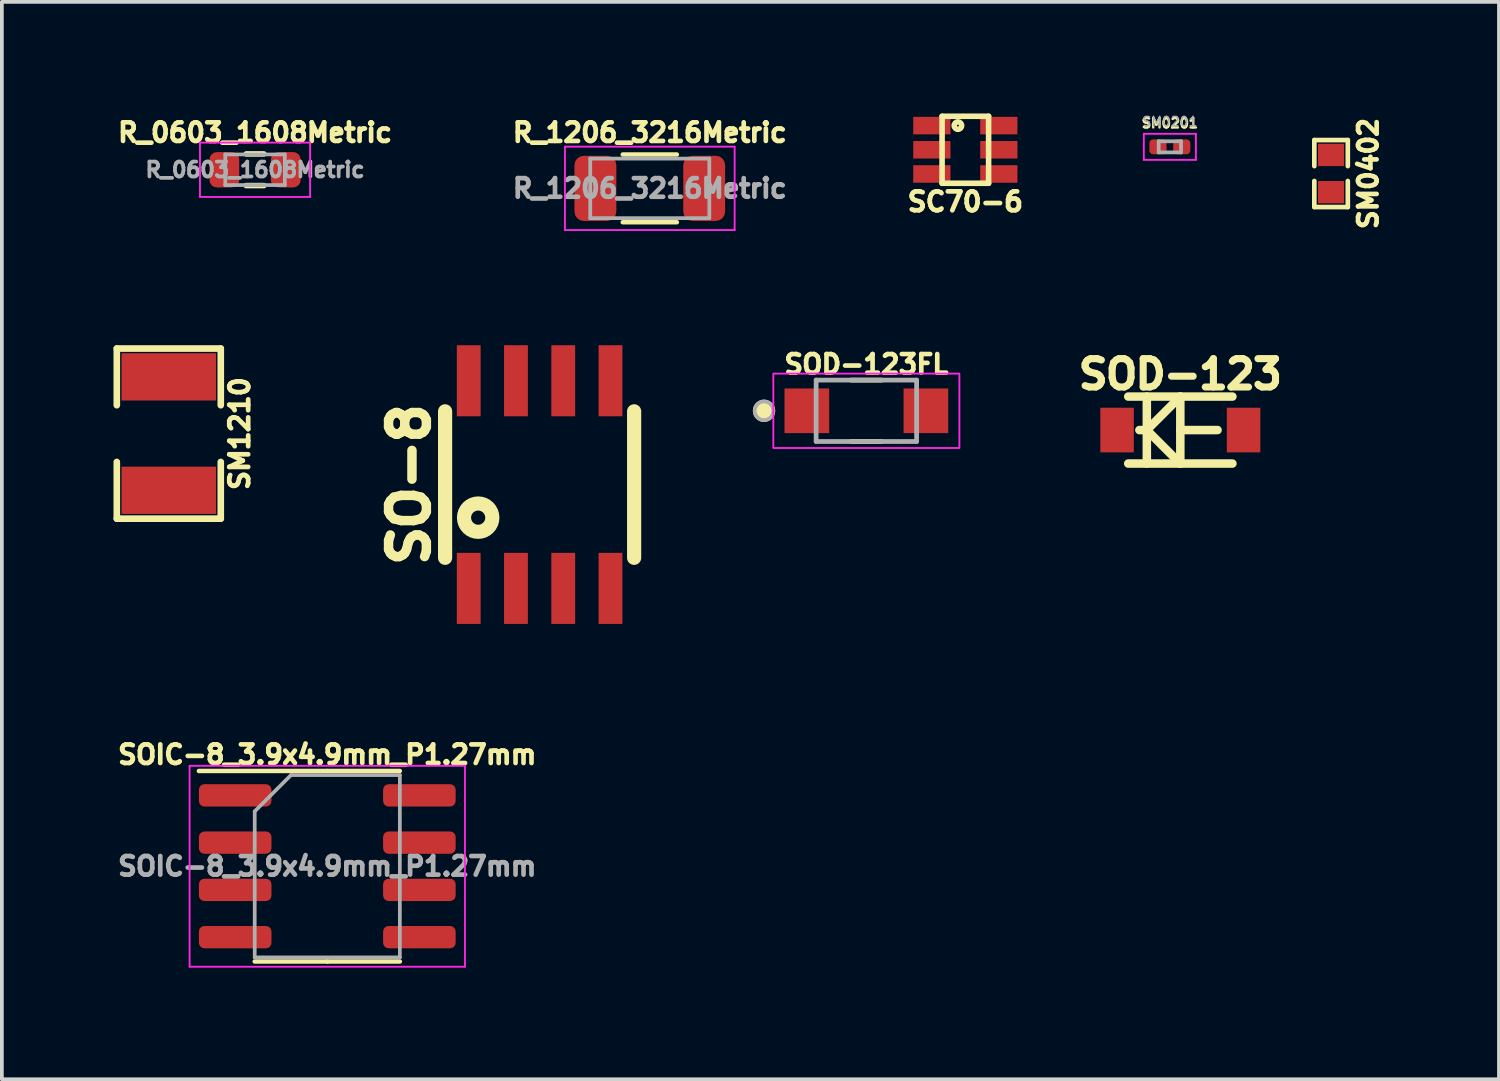
<source format=kicad_pcb>
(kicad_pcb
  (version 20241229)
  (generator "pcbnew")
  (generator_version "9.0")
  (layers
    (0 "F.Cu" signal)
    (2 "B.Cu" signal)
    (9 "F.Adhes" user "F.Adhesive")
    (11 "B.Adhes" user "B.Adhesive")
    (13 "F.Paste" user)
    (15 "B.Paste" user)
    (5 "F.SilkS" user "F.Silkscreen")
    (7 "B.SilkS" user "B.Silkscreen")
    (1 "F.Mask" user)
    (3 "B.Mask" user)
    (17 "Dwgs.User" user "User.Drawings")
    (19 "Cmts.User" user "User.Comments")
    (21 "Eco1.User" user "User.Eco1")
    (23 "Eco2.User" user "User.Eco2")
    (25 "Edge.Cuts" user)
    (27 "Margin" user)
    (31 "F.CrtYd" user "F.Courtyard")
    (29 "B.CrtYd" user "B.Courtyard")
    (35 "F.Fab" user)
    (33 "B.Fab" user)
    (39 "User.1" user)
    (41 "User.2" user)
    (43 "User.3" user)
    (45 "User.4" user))
  (footprint "SM0201"
    (layer "F.Cu")
    (at 28.388 0.896)
    (property "Reference" "SM0201" (at 0 -0.635 0) (layer "F.SilkS") (effects (font (size 0.254 0.254) (thickness 0.064))))
    (attr smd)
    (fp_line (start -0.7 -0.35) (end 0.7 -0.35) (stroke (width 0.05) (type solid)) (layer "F.CrtYd"))
    (fp_line (start -0.7 0.35) (end -0.7 -0.35) (stroke (width 0.05) (type solid)) (layer "F.CrtYd"))
    (fp_line (start 0.7 -0.35) (end 0.7 0.35) (stroke (width 0.05) (type solid)) (layer "F.CrtYd"))
    (fp_line (start 0.7 0.35) (end -0.7 0.35) (stroke (width 0.05) (type solid)) (layer "F.CrtYd"))
    (fp_line (start -0.3 -0.15) (end 0.3 -0.15) (stroke (width 0.1) (type solid)) (layer "F.Fab"))
    (fp_line (start -0.3 0.15) (end -0.3 -0.15) (stroke (width 0.1) (type solid)) (layer "F.Fab"))
    (fp_line (start 0.3 -0.15) (end 0.3 0.15) (stroke (width 0.1) (type solid)) (layer "F.Fab"))
    (fp_line (start 0.3 0.15) (end -0.3 0.15) (stroke (width 0.1) (type solid)) (layer "F.Fab"))
    (fp_text user "${REFERENCE}" (at 0 -0.68 0) (layer "F.Fab") (effects (font (size 0.25 0.25) (thickness 0.04))))
    (pad "" smd roundrect (at -0.345 0) (size 0.318 0.36) (layers "F.Paste") (roundrect_rratio 0.25))
    (pad "" smd roundrect (at 0.345 0) (size 0.318 0.36) (layers "F.Paste") (roundrect_rratio 0.25))
    (pad "1" smd roundrect (at -0.32 0) (size 0.46 0.4) (layers "F.Cu" "F.Mask") (roundrect_rratio 0.25))
    (pad "2" smd roundrect (at 0.32 0) (size 0.46 0.4) (layers "F.Cu" "F.Mask") (roundrect_rratio 0.25)))
  (footprint "SOD-123FL"
    (layer "F.Cu")
    (at 20.232 7.989)
    (property "Reference" "SOD-123FL" (at 0 -1.25 0) (layer "F.SilkS") (effects (font (size 0.5 0.5) (thickness 0.125) (bold yes))))
    (attr smd)
    (fp_line (start -0.41 -0.825) (end 0.41 -0.825) (stroke (width 0.127) (type solid)) (layer "F.SilkS"))
    (fp_line (start -0.41 0.825) (end 0.41 0.825) (stroke (width 0.127) (type solid)) (layer "F.SilkS"))
    (fp_circle (center -2.75 0) (end -2.5 0) (stroke (width 0.1) (type solid)) (fill yes) (layer "F.SilkS"))
    (fp_rect (start -2.5 -1) (end 2.5 1) (stroke (width 0.05) (type default)) (fill no) (layer "F.CrtYd"))
    (fp_line (start -1.35 -0.825) (end -1.35 0.825) (stroke (width 0.127) (type solid)) (layer "F.Fab"))
    (fp_line (start -1.35 -0.825) (end 1.35 -0.825) (stroke (width 0.127) (type solid)) (layer "F.Fab"))
    (fp_line (start -1.35 0.825) (end 1.35 0.825) (stroke (width 0.127) (type solid)) (layer "F.Fab"))
    (fp_line (start 1.35 -0.825) (end 1.35 0.825) (stroke (width 0.127) (type solid)) (layer "F.Fab"))
    (fp_circle (center -2.75 0) (end -2.5 0) (stroke (width 0.1) (type solid)) (fill no) (layer "F.Fab"))
    (pad "1" smd rect (at -1.6 0) (size 1.2 1.2) (layers "F.Cu" "F.Mask" "F.Paste"))
    (pad "2" smd rect (at 1.6 0) (size 1.2 1.2) (layers "F.Cu" "F.Mask" "F.Paste")))
  (footprint "R_0603_1608Metric"
    (layer "F.Cu")
    (at 3.804 1.512)
    (property "Reference" "R_0603_1608Metric" (at 0 -1 0) (layer "F.SilkS") (effects (font (size 0.5 0.5) (thickness 0.125) (bold yes))))
    (attr smd)
    (fp_line (start -0.237 -0.425) (end 0.237 -0.425) (stroke (width 0.15) (type solid)) (layer "F.SilkS"))
    (fp_line (start -0.237 0.425) (end 0.237 0.425) (stroke (width 0.15) (type solid)) (layer "F.SilkS"))
    (fp_line (start -1.48 -0.73) (end 1.48 -0.73) (stroke (width 0.05) (type solid)) (layer "F.CrtYd"))
    (fp_line (start -1.48 0.73) (end -1.48 -0.73) (stroke (width 0.05) (type solid)) (layer "F.CrtYd"))
    (fp_line (start 1.48 -0.73) (end 1.48 0.73) (stroke (width 0.05) (type solid)) (layer "F.CrtYd"))
    (fp_line (start 1.48 0.73) (end -1.48 0.73) (stroke (width 0.05) (type solid)) (layer "F.CrtYd"))
    (fp_line (start -0.8 -0.412) (end 0.8 -0.412) (stroke (width 0.1) (type solid)) (layer "F.Fab"))
    (fp_line (start -0.8 0.412) (end -0.8 -0.412) (stroke (width 0.1) (type solid)) (layer "F.Fab"))
    (fp_line (start 0.8 -0.412) (end 0.8 0.412) (stroke (width 0.1) (type solid)) (layer "F.Fab"))
    (fp_line (start 0.8 0.412) (end -0.8 0.412) (stroke (width 0.1) (type solid)) (layer "F.Fab"))
    (fp_text user "${REFERENCE}" (at 0 0 0) (layer "F.Fab") (effects (font (size 0.4 0.4) (thickness 0.1) (bold yes))))
    (pad "1" smd roundrect (at -0.825 0) (size 0.8 0.95) (layers "F.Cu" "F.Mask" "F.Paste") (roundrect_rratio 0.25))
    (pad "2" smd roundrect (at 0.825 0) (size 0.8 0.95) (layers "F.Cu" "F.Mask" "F.Paste") (roundrect_rratio 0.25)))
  (footprint "SM0402"
    (layer "F.Cu")
    (at 32.72 1.614)
    (property "Reference" "SM0402" (at 1 0 90) (layer "F.SilkS") (effects (font (size 0.5 0.5) (thickness 0.125))))
    (attr smd)
    (fp_line (start -0.45 -0.9) (end 0.45 -0.9) (stroke (width 0.125) (type solid)) (layer "F.SilkS"))
    (fp_line (start -0.45 -0.2) (end -0.45 -0.9) (stroke (width 0.125) (type solid)) (layer "F.SilkS"))
    (fp_line (start -0.45 0.2) (end -0.45 0.9) (stroke (width 0.125) (type solid)) (layer "F.SilkS"))
    (fp_line (start -0.45 0.9) (end 0.45 0.9) (stroke (width 0.125) (type solid)) (layer "F.SilkS"))
    (fp_line (start 0.45 -0.9) (end 0.45 -0.2) (stroke (width 0.125) (type solid)) (layer "F.SilkS"))
    (fp_line (start 0.45 0.9) (end 0.45 0.2) (stroke (width 0.125) (type solid)) (layer "F.SilkS"))
    (pad "1" smd rect (at 0 -0.5 270) (size 0.6 0.7) (layers "F.Cu" "F.Mask" "F.Paste"))
    (pad "2" smd rect (at 0 0.5 270) (size 0.6 0.7) (layers "F.Cu" "F.Mask" "F.Paste")))
  (footprint "SOIC-8_3.9x4.9mm_P1.27mm"
    (layer "F.Cu")
    (at 5.745 20.229)
    (property "Reference" "SOIC-8_3.9x4.9mm_P1.27mm" (at 0 -3 0) (layer "F.SilkS") (effects (font (size 0.5 0.5) (thickness 0.125) (bold yes))))
    (attr smd)
    (fp_line (start 0 -2.56) (end -3.45 -2.56) (stroke (width 0.12) (type solid)) (layer "F.SilkS"))
    (fp_line (start 0 -2.56) (end 1.95 -2.56) (stroke (width 0.12) (type solid)) (layer "F.SilkS"))
    (fp_line (start 0 2.56) (end -1.95 2.56) (stroke (width 0.12) (type solid)) (layer "F.SilkS"))
    (fp_line (start 0 2.56) (end 1.95 2.56) (stroke (width 0.12) (type solid)) (layer "F.SilkS"))
    (fp_line (start -3.7 -2.7) (end -3.7 2.7) (stroke (width 0.05) (type solid)) (layer "F.CrtYd"))
    (fp_line (start -3.7 2.7) (end 3.7 2.7) (stroke (width 0.05) (type solid)) (layer "F.CrtYd"))
    (fp_line (start 3.7 -2.7) (end -3.7 -2.7) (stroke (width 0.05) (type solid)) (layer "F.CrtYd"))
    (fp_line (start 3.7 2.7) (end 3.7 -2.7) (stroke (width 0.05) (type solid)) (layer "F.CrtYd"))
    (fp_line (start -1.95 -1.475) (end -0.975 -2.45) (stroke (width 0.1) (type solid)) (layer "F.Fab"))
    (fp_line (start -1.95 2.45) (end -1.95 -1.475) (stroke (width 0.1) (type solid)) (layer "F.Fab"))
    (fp_line (start -0.975 -2.45) (end 1.95 -2.45) (stroke (width 0.1) (type solid)) (layer "F.Fab"))
    (fp_line (start 1.95 -2.45) (end 1.95 2.45) (stroke (width 0.1) (type solid)) (layer "F.Fab"))
    (fp_line (start 1.95 2.45) (end -1.95 2.45) (stroke (width 0.1) (type solid)) (layer "F.Fab"))
    (fp_text user "${REFERENCE}" (at 0 0 0) (layer "F.Fab") (effects (font (size 0.5 0.5) (thickness 0.125) (bold yes))))
    (pad "1" smd roundrect (at -2.475 -1.905) (size 1.95 0.6) (layers "F.Cu" "F.Mask" "F.Paste") (roundrect_rratio 0.25))
    (pad "2" smd roundrect (at -2.475 -0.635) (size 1.95 0.6) (layers "F.Cu" "F.Mask" "F.Paste") (roundrect_rratio 0.25))
    (pad "3" smd roundrect (at -2.475 0.635) (size 1.95 0.6) (layers "F.Cu" "F.Mask" "F.Paste") (roundrect_rratio 0.25))
    (pad "4" smd roundrect (at -2.475 1.905) (size 1.95 0.6) (layers "F.Cu" "F.Mask" "F.Paste") (roundrect_rratio 0.25))
    (pad "5" smd roundrect (at 2.475 1.905) (size 1.95 0.6) (layers "F.Cu" "F.Mask" "F.Paste") (roundrect_rratio 0.25))
    (pad "6" smd roundrect (at 2.475 0.635) (size 1.95 0.6) (layers "F.Cu" "F.Mask" "F.Paste") (roundrect_rratio 0.25))
    (pad "7" smd roundrect (at 2.475 -0.635) (size 1.95 0.6) (layers "F.Cu" "F.Mask" "F.Paste") (roundrect_rratio 0.25))
    (pad "8" smd roundrect (at 2.475 -1.905) (size 1.95 0.6) (layers "F.Cu" "F.Mask" "F.Paste") (roundrect_rratio 0.25)))
  (footprint "SM1210"
    (layer "F.Cu")
    (at 1.486 8.602)
    (property "Reference" "SM1210" (at 1.905 0 90) (layer "F.SilkS") (effects (font (size 0.508 0.508) (thickness 0.127))))
    (attr smd)
    (fp_line (start -1.397 -2.286) (end -1.397 -0.762) (stroke (width 0.178) (type solid)) (layer "F.SilkS"))
    (fp_line (start -1.397 0.762) (end -1.397 2.286) (stroke (width 0.178) (type solid)) (layer "F.SilkS"))
    (fp_line (start -1.397 2.286) (end 1.397 2.286) (stroke (width 0.178) (type solid)) (layer "F.SilkS"))
    (fp_line (start 1.397 -2.286) (end -1.397 -2.286) (stroke (width 0.178) (type solid)) (layer "F.SilkS"))
    (fp_line (start 1.397 -0.762) (end 1.397 -2.286) (stroke (width 0.178) (type solid)) (layer "F.SilkS"))
    (fp_line (start 1.397 2.286) (end 1.397 0.762) (stroke (width 0.178) (type solid)) (layer "F.SilkS"))
    (pad "1" smd rect (at 0 -1.524 270) (size 1.27 2.54) (layers "F.Cu" "F.Mask" "F.Paste"))
    (pad "2" smd rect (at 0 1.524 270) (size 1.27 2.54) (layers "F.Cu" "F.Mask" "F.Paste")))
  (footprint "SC70-6"
    (layer "F.Cu")
    (at 22.892 0.975)
    (property "Reference" "SC70-6" (at 0 1.397 180) (layer "F.SilkS") (effects (font (size 0.508 0.508) (thickness 0.127))))
    (attr through_hole)
    (fp_line (start -0.625 -0.9) (end -0.625 0.9) (stroke (width 0.15) (type solid)) (layer "F.SilkS"))
    (fp_line (start -0.625 0.9) (end 0.625 0.9) (stroke (width 0.15) (type solid)) (layer "F.SilkS"))
    (fp_line (start 0.625 -0.9) (end -0.625 -0.9) (stroke (width 0.15) (type solid)) (layer "F.SilkS"))
    (fp_line (start 0.625 0.9) (end 0.625 -0.9) (stroke (width 0.15) (type solid)) (layer "F.SilkS"))
    (fp_circle (center -0.2 -0.65) (end -0.1 -0.65) (stroke (width 0.15) (type solid)) (fill no) (layer "F.SilkS"))
    (pad "1" smd rect (at -0.9 -0.65) (size 1 0.47) (layers "F.Cu" "F.Mask" "F.Paste"))
    (pad "2" smd rect (at -0.9 0) (size 1 0.47) (layers "F.Cu" "F.Mask" "F.Paste"))
    (pad "3" smd rect (at -0.9 0.65) (size 1 0.47) (layers "F.Cu" "F.Mask" "F.Paste"))
    (pad "4" smd rect (at 0.9 0.65) (size 1 0.47) (layers "F.Cu" "F.Mask" "F.Paste"))
    (pad "5" smd rect (at 0.9 0) (size 1 0.47) (layers "F.Cu" "F.Mask" "F.Paste"))
    (pad "6" smd rect (at 0.9 -0.65) (size 1 0.47) (layers "F.Cu" "F.Mask" "F.Paste")))
  (footprint "R_1206_3216Metric"
    (layer "F.Cu")
    (at 14.412 2.012)
    (property "Reference" "R_1206_3216Metric" (at 0 -1.5 0) (layer "F.SilkS") (effects (font (size 0.5 0.5) (thickness 0.125) (bold yes))))
    (attr smd)
    (fp_line (start -0.727 -0.91) (end 0.727 -0.91) (stroke (width 0.12) (type solid)) (layer "F.SilkS"))
    (fp_line (start -0.727 0.91) (end 0.727 0.91) (stroke (width 0.12) (type solid)) (layer "F.SilkS"))
    (fp_line (start -2.28 -1.12) (end 2.28 -1.12) (stroke (width 0.05) (type solid)) (layer "F.CrtYd"))
    (fp_line (start -2.28 1.12) (end -2.28 -1.12) (stroke (width 0.05) (type solid)) (layer "F.CrtYd"))
    (fp_line (start 2.28 -1.12) (end 2.28 1.12) (stroke (width 0.05) (type solid)) (layer "F.CrtYd"))
    (fp_line (start 2.28 1.12) (end -2.28 1.12) (stroke (width 0.05) (type solid)) (layer "F.CrtYd"))
    (fp_line (start -1.6 -0.8) (end 1.6 -0.8) (stroke (width 0.1) (type solid)) (layer "F.Fab"))
    (fp_line (start -1.6 0.8) (end -1.6 -0.8) (stroke (width 0.1) (type solid)) (layer "F.Fab"))
    (fp_line (start 1.6 -0.8) (end 1.6 0.8) (stroke (width 0.1) (type solid)) (layer "F.Fab"))
    (fp_line (start 1.6 0.8) (end -1.6 0.8) (stroke (width 0.1) (type solid)) (layer "F.Fab"))
    (fp_text user "${REFERENCE}" (at 0 0 0) (layer "F.Fab") (effects (font (size 0.5 0.5) (thickness 0.125) (bold yes))))
    (pad "1" smd roundrect (at -1.462 0) (size 1.125 1.75) (layers "F.Cu" "F.Mask" "F.Paste") (roundrect_rratio 0.222))
    (pad "2" smd roundrect (at 1.462 0) (size 1.125 1.75) (layers "F.Cu" "F.Mask" "F.Paste") (roundrect_rratio 0.222)))
  (footprint "SO-8"
    (layer "F.Cu")
    (at 11.451 9.972)
    (property "Reference" "SO-8" (at -3.5 0 90) (layer "F.SilkS") (effects (font (size 1.016 1.016) (thickness 0.254))))
    (attr through_hole)
    (fp_line (start -2.54 -1.968) (end -2.54 1.968) (stroke (width 0.381) (type solid)) (layer "F.SilkS"))
    (fp_line (start 2.54 -1.968) (end 2.54 1.968) (stroke (width 0.381) (type solid)) (layer "F.SilkS"))
    (fp_circle (center -1.651 0.889) (end -1.651 0.508) (stroke (width 0.381) (type solid)) (fill no) (layer "F.SilkS"))
    (pad "1" smd rect (at -1.905 2.79) (size 0.64 1.91) (layers "F.Cu" "F.Mask" "F.Paste"))
    (pad "2" smd rect (at -0.635 2.79) (size 0.64 1.91) (layers "F.Cu" "F.Mask" "F.Paste"))
    (pad "3" smd rect (at 0.635 2.79) (size 0.64 1.91) (layers "F.Cu" "F.Mask" "F.Paste"))
    (pad "4" smd rect (at 1.905 2.79) (size 0.64 1.91) (layers "F.Cu" "F.Mask" "F.Paste"))
    (pad "5" smd rect (at 1.905 -2.79) (size 0.64 1.91) (layers "F.Cu" "F.Mask" "F.Paste"))
    (pad "6" smd rect (at 0.635 -2.79) (size 0.64 1.91) (layers "F.Cu" "F.Mask" "F.Paste"))
    (pad "7" smd rect (at -0.635 -2.79) (size 0.64 1.91) (layers "F.Cu" "F.Mask" "F.Paste"))
    (pad "8" smd rect (at -1.905 -2.79) (size 0.64 1.91) (layers "F.Cu" "F.Mask" "F.Paste")))
  (footprint "SOD-123"
    (layer "F.Cu")
    (at 28.669 8.507)
    (property "Reference" "SOD-123" (at 0 -1.5 180) (layer "F.SilkS") (effects (font (size 0.762 0.762) (thickness 0.191))))
    (attr smd)
    (fp_line (start -1.4 -0.9) (end 1.4 -0.9) (stroke (width 0.229) (type solid)) (layer "F.SilkS"))
    (fp_line (start -1.4 0.9) (end 1.4 0.9) (stroke (width 0.229) (type solid)) (layer "F.SilkS"))
    (fp_line (start -1.1 0) (end -0.9 0) (stroke (width 0.229) (type solid)) (layer "F.SilkS"))
    (fp_line (start -0.9 -0.9) (end -0.9 0.9) (stroke (width 0.229) (type solid)) (layer "F.SilkS"))
    (fp_line (start -0.9 0) (end 0 -0.9) (stroke (width 0.229) (type solid)) (layer "F.SilkS"))
    (fp_line (start 0 -0.9) (end 0 0.9) (stroke (width 0.229) (type solid)) (layer "F.SilkS"))
    (fp_line (start 0 0) (end 1 0) (stroke (width 0.229) (type solid)) (layer "F.SilkS"))
    (fp_line (start 0 0.9) (end -0.9 0) (stroke (width 0.229) (type solid)) (layer "F.SilkS"))
    (pad "1" smd rect (at -1.7 0) (size 0.9 1.2) (layers "F.Cu" "F.Mask" "F.Paste"))
    (pad "2" smd rect (at 1.7 0) (size 0.9 1.2) (layers "F.Cu" "F.Mask" "F.Paste")))
  (gr_rect
    (start -3 -3)
    (end 37.232 25.954)
    (stroke (width 0.1) (type default))
    (fill no)
    (layer "Edge.Cuts")))
</source>
